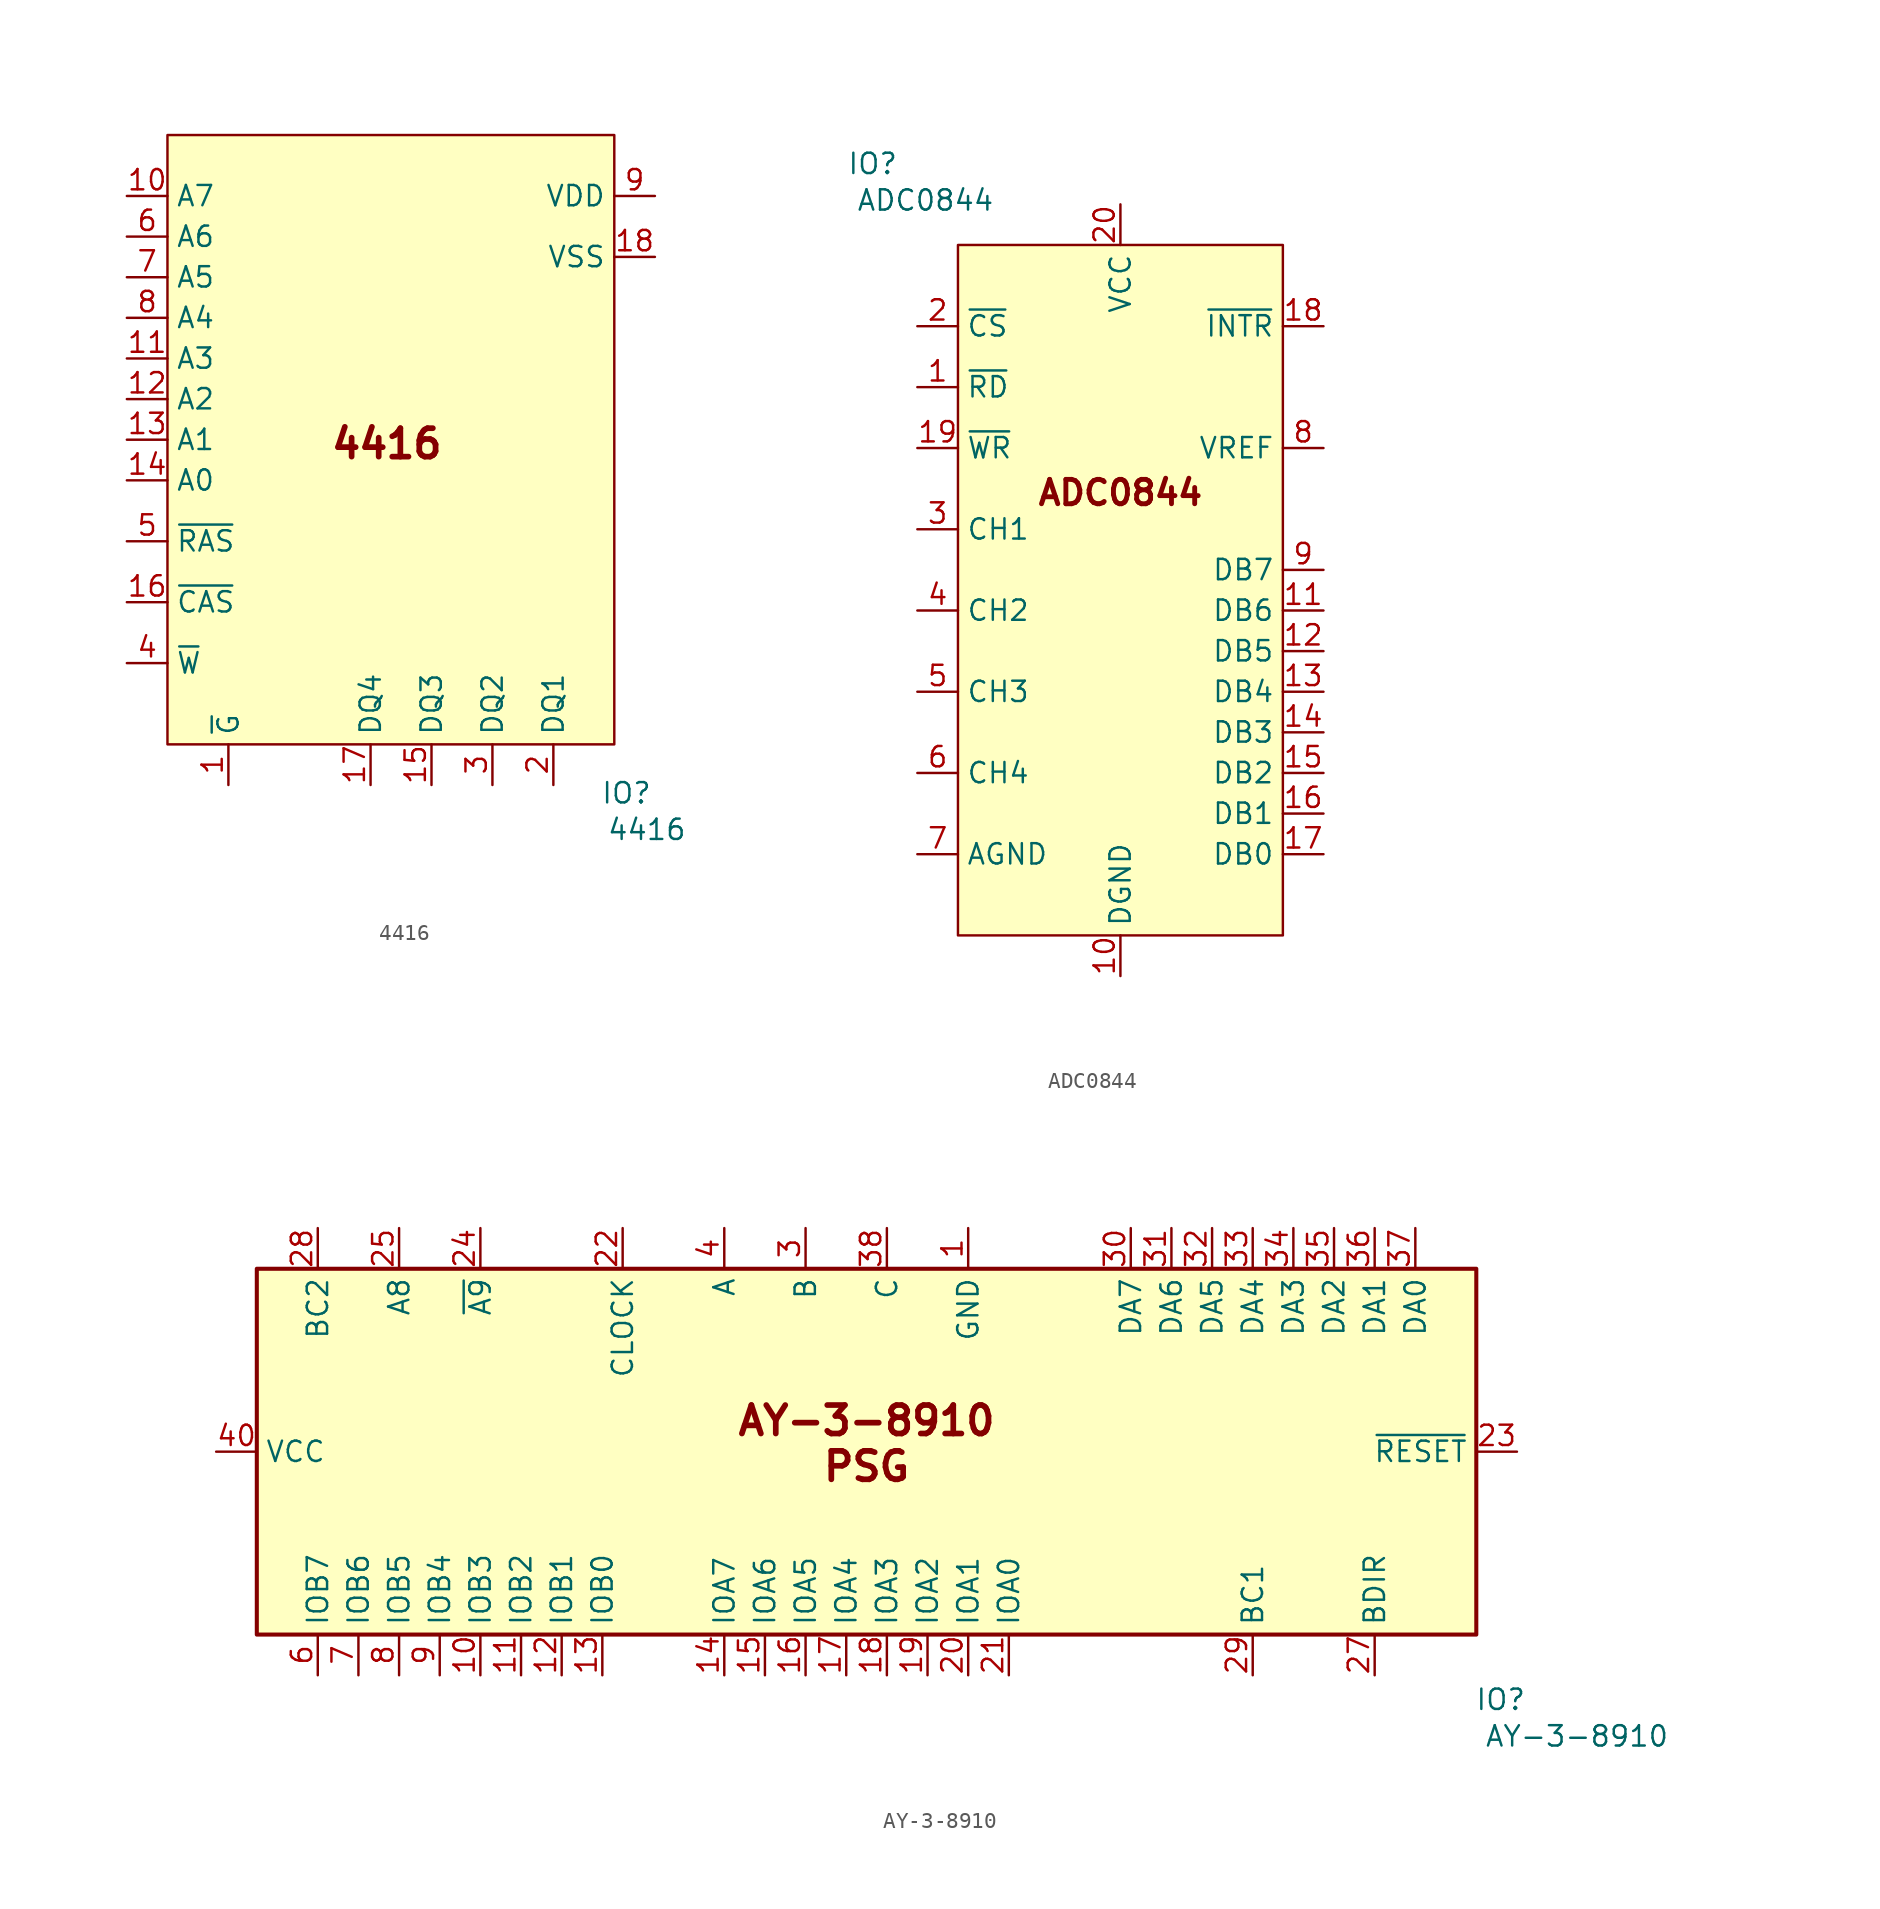
<source format=kicad_sym>
(kicad_symbol_lib
  (version 20241209)
  (generator "kicad_symbol_editor")
  (generator_version "9.0")
  (symbol "4416"
    (property "Reference" "IO"
      (at 14.732 -22.098 0)
      (effects (font (size 1.27 1.27))))
    (property "Value" "4416"
      (at 16.002 -24.384 0)
      (effects (font (size 1.27 1.27))))
    (symbol "4416_0_0"
      (pin input line (at -16.51 15.24 0) (length 2.54) (name "A7" (effects (font (size 1.27 1.27)))) (number "10" (effects (font (size 1.27 1.27)))))
      (pin input line (at -16.51 12.7 0) (length 2.54) (name "A6" (effects (font (size 1.27 1.27)))) (number "6" (effects (font (size 1.27 1.27)))))
      (pin input line (at -16.51 10.16 0) (length 2.54) (name "A5" (effects (font (size 1.27 1.27)))) (number "7" (effects (font (size 1.27 1.27)))))
      (pin input line (at -16.51 7.62 0) (length 2.54) (name "A4" (effects (font (size 1.27 1.27)))) (number "8" (effects (font (size 1.27 1.27)))))
      (pin input line (at -16.51 5.08 0) (length 2.54) (name "A3" (effects (font (size 1.27 1.27)))) (number "11" (effects (font (size 1.27 1.27)))))
      (pin input line (at -16.51 2.54 0) (length 2.54) (name "A2" (effects (font (size 1.27 1.27)))) (number "12" (effects (font (size 1.27 1.27)))))
      (pin input line (at -16.51 0 0) (length 2.54) (name "A1" (effects (font (size 1.27 1.27)))) (number "13" (effects (font (size 1.27 1.27)))))
      (pin input line (at -16.51 -2.54 0) (length 2.54) (name "A0" (effects (font (size 1.27 1.27)))) (number "14" (effects (font (size 1.27 1.27)))))
      (pin input line (at -16.51 -6.35 0) (length 2.54) (name "~{RAS}" (effects (font (size 1.27 1.27)))) (number "5" (effects (font (size 1.27 1.27)))))
      (pin input line (at -16.51 -10.16 0) (length 2.54) (name "~{CAS}" (effects (font (size 1.27 1.27)))) (number "16" (effects (font (size 1.27 1.27)))))
      (pin input line (at -16.51 -13.97 0) (length 2.54) (name "~{W}" (effects (font (size 1.27 1.27)))) (number "4" (effects (font (size 1.27 1.27)))))
      (pin input line (at -10.16 -21.59 90) (length 2.54) (name "~{G}" (effects (font (size 1.27 1.27)))) (number "1" (effects (font (size 1.27 1.27)))))
      (pin bidirectional line (at -1.27 -21.59 90) (length 2.54) (name "DQ4" (effects (font (size 1.27 1.27)))) (number "17" (effects (font (size 1.27 1.27)))))
      (pin bidirectional line (at 2.54 -21.59 90) (length 2.54) (name "DQ3" (effects (font (size 1.27 1.27)))) (number "15" (effects (font (size 1.27 1.27)))))
      (pin bidirectional line (at 6.35 -21.59 90) (length 2.54) (name "DQ2" (effects (font (size 1.27 1.27)))) (number "3" (effects (font (size 1.27 1.27)))))
      (pin bidirectional line (at 10.16 -21.59 90) (length 2.54) (name "DQ1" (effects (font (size 1.27 1.27)))) (number "2" (effects (font (size 1.27 1.27)))))
      (pin power_in line (at 16.51 15.24 180) (length 2.54) (name "VDD" (effects (font (size 1.27 1.27)))) (number "9" (effects (font (size 1.27 1.27)))))
      (pin power_in line (at 16.51 11.43 180) (length 2.54) (name "VSS" (effects (font (size 1.27 1.27)))) (number "18" (effects (font (size 1.27 1.27))))))
    (symbol "4416_1_1"
      (rectangle (start -13.97 19.05) (end 13.97 -19.05) (stroke (width 0) (type solid)) (fill (type background)))
      (text "4416" (at -0.254 -0.254 0) (effects (font (size 1.778 1.778) (thickness 0.356) (bold yes))))))
  (symbol "ADC0844"
    (property "Reference" "IO"
      (at -15.494 25.4 0)
      (effects (font (size 1.27 1.27))))
    (property "Value" "ADC0844"
      (at -12.192 23.114 0)
      (effects (font (size 1.27 1.27))))
    (symbol "ADC0844_0_0"
      (pin input line (at -12.7 15.24 0) (length 2.54) (name "~{CS}" (effects (font (size 1.27 1.27)))) (number "2" (effects (font (size 1.27 1.27)))))
      (pin input line (at -12.7 11.43 0) (length 2.54) (name "~{RD}" (effects (font (size 1.27 1.27)))) (number "1" (effects (font (size 1.27 1.27)))))
      (pin input line (at -12.7 7.62 0) (length 2.54) (name "~{WR}" (effects (font (size 1.27 1.27)))) (number "19" (effects (font (size 1.27 1.27)))))
      (pin input line (at -12.7 2.54 0) (length 2.54) (name "CH1" (effects (font (size 1.27 1.27)))) (number "3" (effects (font (size 1.27 1.27)))))
      (pin input line (at -12.7 -2.54 0) (length 2.54) (name "CH2" (effects (font (size 1.27 1.27)))) (number "4" (effects (font (size 1.27 1.27)))))
      (pin input line (at -12.7 -7.62 0) (length 2.54) (name "CH3" (effects (font (size 1.27 1.27)))) (number "5" (effects (font (size 1.27 1.27)))))
      (pin input line (at -12.7 -12.7 0) (length 2.54) (name "CH4" (effects (font (size 1.27 1.27)))) (number "6" (effects (font (size 1.27 1.27)))))
      (pin power_in line (at -12.7 -17.78 0) (length 2.54) (name "AGND" (effects (font (size 1.27 1.27)))) (number "7" (effects (font (size 1.27 1.27)))))
      (pin power_in line (at 0 22.86 270) (length 2.54) (name "VCC" (effects (font (size 1.27 1.27)))) (number "20" (effects (font (size 1.27 1.27)))))
      (pin power_in line (at 0 -25.4 90) (length 2.54) (name "DGND" (effects (font (size 1.27 1.27)))) (number "10" (effects (font (size 1.27 1.27)))))
      (pin output line (at 12.7 15.24 180) (length 2.54) (name "~{INTR}" (effects (font (size 1.27 1.27)))) (number "18" (effects (font (size 1.27 1.27)))))
      (pin power_in line (at 12.7 7.62 180) (length 2.54) (name "VREF" (effects (font (size 1.27 1.27)))) (number "8" (effects (font (size 1.27 1.27)))))
      (pin bidirectional line (at 12.7 0 180) (length 2.54) (name "DB7" (effects (font (size 1.27 1.27)))) (number "9" (effects (font (size 1.27 1.27)))))
      (pin bidirectional line (at 12.7 -2.54 180) (length 2.54) (name "DB6" (effects (font (size 1.27 1.27)))) (number "11" (effects (font (size 1.27 1.27)))))
      (pin bidirectional line (at 12.7 -5.08 180) (length 2.54) (name "DB5" (effects (font (size 1.27 1.27)))) (number "12" (effects (font (size 1.27 1.27)))))
      (pin bidirectional line (at 12.7 -7.62 180) (length 2.54) (name "DB4" (effects (font (size 1.27 1.27)))) (number "13" (effects (font (size 1.27 1.27)))))
      (pin bidirectional line (at 12.7 -10.16 180) (length 2.54) (name "DB3" (effects (font (size 1.27 1.27)))) (number "14" (effects (font (size 1.27 1.27)))))
      (pin bidirectional line (at 12.7 -12.7 180) (length 2.54) (name "DB2" (effects (font (size 1.27 1.27)))) (number "15" (effects (font (size 1.27 1.27)))))
      (pin bidirectional line (at 12.7 -15.24 180) (length 2.54) (name "DB1" (effects (font (size 1.27 1.27)))) (number "16" (effects (font (size 1.27 1.27)))))
      (pin bidirectional line (at 12.7 -17.78 180) (length 2.54) (name "DB0" (effects (font (size 1.27 1.27)))) (number "17" (effects (font (size 1.27 1.27))))))
    (symbol "ADC0844_1_1"
      (rectangle (start -10.16 20.32) (end 10.16 -22.86) (stroke (width 0) (type default)) (fill (type background)))
      (text "ADC0844" (at 0 4.826 0) (effects (font (size 1.524 1.524) (thickness 0.305) (bold yes))))))
  (symbol "AY-3-8910"
    (property "Reference" "IO"
      (at 39.624 -15.494 0)
      (effects (font (size 1.27 1.27))))
    (property "Value" "AY-3-8910"
      (at 38.608 -17.78 0)
      (effects (font (size 1.27 1.27)) (justify left)))
    (symbol "AY-3-8910_1_1"
      (rectangle (start -38.1 11.43) (end 38.1 -11.43) (stroke (width 0.254) (type default)) (fill (type background)))
      (text "AY-3-8910\nPSG" (at 0 0.508 0) (effects (font (size 1.778 1.778) (thickness 0.356) (bold yes))))
      (pin no_connect line (at -40.64 5.08 0) (length 2.54) (hide yes) (name "n/c" (effects (font (size 1.27 1.27)))) (number "2" (effects (font (size 1.27 1.27)))))
      (pin no_connect line (at -40.64 2.54 0) (length 2.54) (hide yes) (name "n/c" (effects (font (size 1.27 1.27)))) (number "5" (effects (font (size 1.27 1.27)))))
      (pin power_in line (at -40.64 0 0) (length 2.54) (name "VCC" (effects (font (size 1.27 1.27)))) (number "40" (effects (font (size 1.27 1.27)))))
      (pin no_connect line (at -40.64 -2.54 0) (length 2.54) (hide yes) (name "TEST_1" (effects (font (size 1.27 1.27)))) (number "39" (effects (font (size 1.27 1.27)))))
      (pin no_connect line (at -40.64 -5.08 0) (length 2.54) (hide yes) (name "TEST_2" (effects (font (size 1.27 1.27)))) (number "26" (effects (font (size 1.27 1.27)))))
      (pin input line (at -34.29 13.97 270) (length 2.54) (name "BC2" (effects (font (size 1.27 1.27)))) (number "28" (effects (font (size 1.27 1.27)))))
      (pin input line (at -34.29 -13.97 90) (length 2.54) (name "IOB7" (effects (font (size 1.27 1.27)))) (number "6" (effects (font (size 1.27 1.27)))))
      (pin input line (at -31.75 -13.97 90) (length 2.54) (name "IOB6" (effects (font (size 1.27 1.27)))) (number "7" (effects (font (size 1.27 1.27)))))
      (pin input line (at -29.21 13.97 270) (length 2.54) (name "A8" (effects (font (size 1.27 1.27)))) (number "25" (effects (font (size 1.27 1.27)))))
      (pin input line (at -29.21 -13.97 90) (length 2.54) (name "IOB5" (effects (font (size 1.27 1.27)))) (number "8" (effects (font (size 1.27 1.27)))))
      (pin input line (at -26.67 -13.97 90) (length 2.54) (name "IOB4" (effects (font (size 1.27 1.27)))) (number "9" (effects (font (size 1.27 1.27)))))
      (pin input line (at -24.13 13.97 270) (length 2.54) (name "~{A9}" (effects (font (size 1.27 1.27)))) (number "24" (effects (font (size 1.27 1.27)))))
      (pin input line (at -24.13 -13.97 90) (length 2.54) (name "IOB3" (effects (font (size 1.27 1.27)))) (number "10" (effects (font (size 1.27 1.27)))))
      (pin input line (at -21.59 -13.97 90) (length 2.54) (name "IOB2" (effects (font (size 1.27 1.27)))) (number "11" (effects (font (size 1.27 1.27)))))
      (pin input line (at -19.05 -13.97 90) (length 2.54) (name "IOB1" (effects (font (size 1.27 1.27)))) (number "12" (effects (font (size 1.27 1.27)))))
      (pin input line (at -16.51 -13.97 90) (length 2.54) (name "IOB0" (effects (font (size 1.27 1.27)))) (number "13" (effects (font (size 1.27 1.27)))))
      (pin input line (at -15.24 13.97 270) (length 2.54) (name "CLOCK" (effects (font (size 1.27 1.27)))) (number "22" (effects (font (size 1.27 1.27)))))
      (pin output line (at -8.89 13.97 270) (length 2.54) (name "A" (effects (font (size 1.27 1.27)))) (number "4" (effects (font (size 1.27 1.27)))))
      (pin input line (at -8.89 -13.97 90) (length 2.54) (name "IOA7" (effects (font (size 1.27 1.27)))) (number "14" (effects (font (size 1.27 1.27)))))
      (pin input line (at -6.35 -13.97 90) (length 2.54) (name "IOA6" (effects (font (size 1.27 1.27)))) (number "15" (effects (font (size 1.27 1.27)))))
      (pin output line (at -3.81 13.97 270) (length 2.54) (name "B" (effects (font (size 1.27 1.27)))) (number "3" (effects (font (size 1.27 1.27)))))
      (pin input line (at -3.81 -13.97 90) (length 2.54) (name "IOA5" (effects (font (size 1.27 1.27)))) (number "16" (effects (font (size 1.27 1.27)))))
      (pin input line (at -1.27 -13.97 90) (length 2.54) (name "IOA4" (effects (font (size 1.27 1.27)))) (number "17" (effects (font (size 1.27 1.27)))))
      (pin output line (at 1.27 13.97 270) (length 2.54) (name "C" (effects (font (size 1.27 1.27)))) (number "38" (effects (font (size 1.27 1.27)))))
      (pin input line (at 1.27 -13.97 90) (length 2.54) (name "IOA3" (effects (font (size 1.27 1.27)))) (number "18" (effects (font (size 1.27 1.27)))))
      (pin input line (at 3.81 -13.97 90) (length 2.54) (name "IOA2" (effects (font (size 1.27 1.27)))) (number "19" (effects (font (size 1.27 1.27)))))
      (pin power_in line (at 6.35 13.97 270) (length 2.54) (name "GND" (effects (font (size 1.27 1.27)))) (number "1" (effects (font (size 1.27 1.27)))))
      (pin input line (at 6.35 -13.97 90) (length 2.54) (name "IOA1" (effects (font (size 1.27 1.27)))) (number "20" (effects (font (size 1.27 1.27)))))
      (pin input line (at 8.89 -13.97 90) (length 2.54) (name "IOA0" (effects (font (size 1.27 1.27)))) (number "21" (effects (font (size 1.27 1.27)))))
      (pin tri_state line (at 16.51 13.97 270) (length 2.54) (name "DA7" (effects (font (size 1.27 1.27)))) (number "30" (effects (font (size 1.27 1.27)))))
      (pin tri_state line (at 19.05 13.97 270) (length 2.54) (name "DA6" (effects (font (size 1.27 1.27)))) (number "31" (effects (font (size 1.27 1.27)))))
      (pin tri_state line (at 21.59 13.97 270) (length 2.54) (name "DA5" (effects (font (size 1.27 1.27)))) (number "32" (effects (font (size 1.27 1.27)))))
      (pin tri_state line (at 24.13 13.97 270) (length 2.54) (name "DA4" (effects (font (size 1.27 1.27)))) (number "33" (effects (font (size 1.27 1.27)))))
      (pin input line (at 24.13 -13.97 90) (length 2.54) (name "BC1" (effects (font (size 1.27 1.27)))) (number "29" (effects (font (size 1.27 1.27)))))
      (pin tri_state line (at 26.67 13.97 270) (length 2.54) (name "DA3" (effects (font (size 1.27 1.27)))) (number "34" (effects (font (size 1.27 1.27)))))
      (pin tri_state line (at 29.21 13.97 270) (length 2.54) (name "DA2" (effects (font (size 1.27 1.27)))) (number "35" (effects (font (size 1.27 1.27)))))
      (pin tri_state line (at 31.75 13.97 270) (length 2.54) (name "DA1" (effects (font (size 1.27 1.27)))) (number "36" (effects (font (size 1.27 1.27)))))
      (pin input line (at 31.75 -13.97 90) (length 2.54) (name "BDIR" (effects (font (size 1.27 1.27)))) (number "27" (effects (font (size 1.27 1.27)))))
      (pin tri_state line (at 34.29 13.97 270) (length 2.54) (name "DA0" (effects (font (size 1.27 1.27)))) (number "37" (effects (font (size 1.27 1.27)))))
      (pin input line (at 40.64 0 180) (length 2.54) (name "~{RESET}" (effects (font (size 1.27 1.27)))) (number "23" (effects (font (size 1.27 1.27))))))))
</source>
